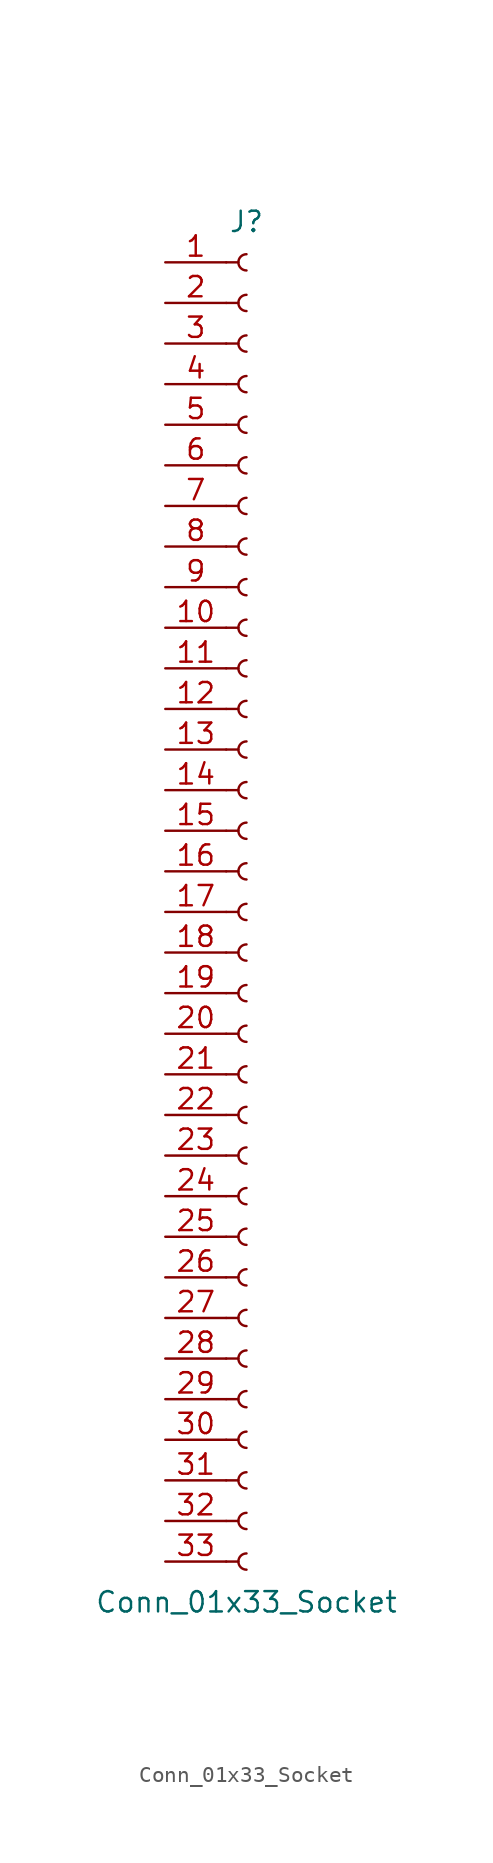
<source format=kicad_sym>
(kicad_symbol_lib
  (version 20220914)
  (generator kicad_symbol_editor)
  (symbol "Conn_01x33_Socket"
    (pin_names
      (offset 1.016) hide)
    (property "Reference" "J"
      (at 0 43.18 0)
      (effects (font (size 1.27 1.27))))
    (property "Value" "Conn_01x33_Socket"
      (at 0 -43.18 0)
      (effects (font (size 1.27 1.27))))
    (property "ki_locked" ""
      (at 0 0 0)
      (effects (font (size 1.27 1.27))))
    (symbol "Conn_01x33_Socket_1_1"
      (arc (start 0 -40.132) (mid -0.5058 -40.64) (end 0 -41.148) (stroke (width 0.1524) (type default)) (fill (type none)))
      (arc (start 0 -37.592) (mid -0.5058 -38.1) (end 0 -38.608) (stroke (width 0.1524) (type default)) (fill (type none)))
      (arc (start 0 -35.052) (mid -0.5058 -35.56) (end 0 -36.068) (stroke (width 0.1524) (type default)) (fill (type none)))
      (arc (start 0 -32.512) (mid -0.5058 -33.02) (end 0 -33.528) (stroke (width 0.1524) (type default)) (fill (type none)))
      (arc (start 0 -29.972) (mid -0.5058 -30.48) (end 0 -30.988) (stroke (width 0.1524) (type default)) (fill (type none)))
      (arc (start 0 -27.432) (mid -0.5058 -27.94) (end 0 -28.448) (stroke (width 0.1524) (type default)) (fill (type none)))
      (arc (start 0 -24.892) (mid -0.5058 -25.4) (end 0 -25.908) (stroke (width 0.1524) (type default)) (fill (type none)))
      (arc (start 0 -22.352) (mid -0.5058 -22.86) (end 0 -23.368) (stroke (width 0.1524) (type default)) (fill (type none)))
      (arc (start 0 -19.812) (mid -0.5058 -20.32) (end 0 -20.828) (stroke (width 0.1524) (type default)) (fill (type none)))
      (arc (start 0 -17.272) (mid -0.5058 -17.78) (end 0 -18.288) (stroke (width 0.1524) (type default)) (fill (type none)))
      (arc (start 0 -14.732) (mid -0.5058 -15.24) (end 0 -15.748) (stroke (width 0.1524) (type default)) (fill (type none)))
      (arc (start 0 -12.192) (mid -0.5058 -12.7) (end 0 -13.208) (stroke (width 0.1524) (type default)) (fill (type none)))
      (arc (start 0 -9.652) (mid -0.5058 -10.16) (end 0 -10.668) (stroke (width 0.1524) (type default)) (fill (type none)))
      (arc (start 0 -7.112) (mid -0.5058 -7.62) (end 0 -8.128) (stroke (width 0.1524) (type default)) (fill (type none)))
      (arc (start 0 -4.572) (mid -0.5058 -5.08) (end 0 -5.588) (stroke (width 0.1524) (type default)) (fill (type none)))
      (arc (start 0 -2.032) (mid -0.5058 -2.54) (end 0 -3.048) (stroke (width 0.1524) (type default)) (fill (type none)))
      (polyline (pts (xy -1.27 -40.64) (xy -0.508 -40.64)) (stroke (width 0.152) (type default)) (fill (type none)))
      (polyline (pts (xy -1.27 -38.1) (xy -0.508 -38.1)) (stroke (width 0.152) (type default)) (fill (type none)))
      (polyline (pts (xy -1.27 -35.56) (xy -0.508 -35.56)) (stroke (width 0.152) (type default)) (fill (type none)))
      (polyline (pts (xy -1.27 -33.02) (xy -0.508 -33.02)) (stroke (width 0.152) (type default)) (fill (type none)))
      (polyline (pts (xy -1.27 -30.48) (xy -0.508 -30.48)) (stroke (width 0.152) (type default)) (fill (type none)))
      (polyline (pts (xy -1.27 -27.94) (xy -0.508 -27.94)) (stroke (width 0.152) (type default)) (fill (type none)))
      (polyline (pts (xy -1.27 -25.4) (xy -0.508 -25.4)) (stroke (width 0.152) (type default)) (fill (type none)))
      (polyline (pts (xy -1.27 -22.86) (xy -0.508 -22.86)) (stroke (width 0.152) (type default)) (fill (type none)))
      (polyline (pts (xy -1.27 -20.32) (xy -0.508 -20.32)) (stroke (width 0.152) (type default)) (fill (type none)))
      (polyline (pts (xy -1.27 -17.78) (xy -0.508 -17.78)) (stroke (width 0.152) (type default)) (fill (type none)))
      (polyline (pts (xy -1.27 -15.24) (xy -0.508 -15.24)) (stroke (width 0.152) (type default)) (fill (type none)))
      (polyline (pts (xy -1.27 -12.7) (xy -0.508 -12.7)) (stroke (width 0.152) (type default)) (fill (type none)))
      (polyline (pts (xy -1.27 -10.16) (xy -0.508 -10.16)) (stroke (width 0.152) (type default)) (fill (type none)))
      (polyline (pts (xy -1.27 -7.62) (xy -0.508 -7.62)) (stroke (width 0.152) (type default)) (fill (type none)))
      (polyline (pts (xy -1.27 -5.08) (xy -0.508 -5.08)) (stroke (width 0.152) (type default)) (fill (type none)))
      (polyline (pts (xy -1.27 -2.54) (xy -0.508 -2.54)) (stroke (width 0.152) (type default)) (fill (type none)))
      (polyline (pts (xy -1.27 0) (xy -0.508 0)) (stroke (width 0.152) (type default)) (fill (type none)))
      (polyline (pts (xy -1.27 2.54) (xy -0.508 2.54)) (stroke (width 0.152) (type default)) (fill (type none)))
      (polyline (pts (xy -1.27 5.08) (xy -0.508 5.08)) (stroke (width 0.152) (type default)) (fill (type none)))
      (polyline (pts (xy -1.27 7.62) (xy -0.508 7.62)) (stroke (width 0.152) (type default)) (fill (type none)))
      (polyline (pts (xy -1.27 10.16) (xy -0.508 10.16)) (stroke (width 0.152) (type default)) (fill (type none)))
      (polyline (pts (xy -1.27 12.7) (xy -0.508 12.7)) (stroke (width 0.152) (type default)) (fill (type none)))
      (polyline (pts (xy -1.27 15.24) (xy -0.508 15.24)) (stroke (width 0.152) (type default)) (fill (type none)))
      (polyline (pts (xy -1.27 17.78) (xy -0.508 17.78)) (stroke (width 0.152) (type default)) (fill (type none)))
      (polyline (pts (xy -1.27 20.32) (xy -0.508 20.32)) (stroke (width 0.152) (type default)) (fill (type none)))
      (polyline (pts (xy -1.27 22.86) (xy -0.508 22.86)) (stroke (width 0.152) (type default)) (fill (type none)))
      (polyline (pts (xy -1.27 25.4) (xy -0.508 25.4)) (stroke (width 0.152) (type default)) (fill (type none)))
      (polyline (pts (xy -1.27 27.94) (xy -0.508 27.94)) (stroke (width 0.152) (type default)) (fill (type none)))
      (polyline (pts (xy -1.27 30.48) (xy -0.508 30.48)) (stroke (width 0.152) (type default)) (fill (type none)))
      (polyline (pts (xy -1.27 33.02) (xy -0.508 33.02)) (stroke (width 0.152) (type default)) (fill (type none)))
      (polyline (pts (xy -1.27 35.56) (xy -0.508 35.56)) (stroke (width 0.152) (type default)) (fill (type none)))
      (polyline (pts (xy -1.27 38.1) (xy -0.508 38.1)) (stroke (width 0.152) (type default)) (fill (type none)))
      (polyline (pts (xy -1.27 40.64) (xy -0.508 40.64)) (stroke (width 0.152) (type default)) (fill (type none)))
      (arc (start 0 0.508) (mid -0.5058 0) (end 0 -0.508) (stroke (width 0.1524) (type default)) (fill (type none)))
      (arc (start 0 3.048) (mid -0.5058 2.54) (end 0 2.032) (stroke (width 0.1524) (type default)) (fill (type none)))
      (arc (start 0 5.588) (mid -0.5058 5.08) (end 0 4.572) (stroke (width 0.1524) (type default)) (fill (type none)))
      (arc (start 0 8.128) (mid -0.5058 7.62) (end 0 7.112) (stroke (width 0.1524) (type default)) (fill (type none)))
      (arc (start 0 10.668) (mid -0.5058 10.16) (end 0 9.652) (stroke (width 0.1524) (type default)) (fill (type none)))
      (arc (start 0 13.208) (mid -0.5058 12.7) (end 0 12.192) (stroke (width 0.1524) (type default)) (fill (type none)))
      (arc (start 0 15.748) (mid -0.5058 15.24) (end 0 14.732) (stroke (width 0.1524) (type default)) (fill (type none)))
      (arc (start 0 18.288) (mid -0.5058 17.78) (end 0 17.272) (stroke (width 0.1524) (type default)) (fill (type none)))
      (arc (start 0 20.828) (mid -0.5058 20.32) (end 0 19.812) (stroke (width 0.1524) (type default)) (fill (type none)))
      (arc (start 0 23.368) (mid -0.5058 22.86) (end 0 22.352) (stroke (width 0.1524) (type default)) (fill (type none)))
      (arc (start 0 25.908) (mid -0.5058 25.4) (end 0 24.892) (stroke (width 0.1524) (type default)) (fill (type none)))
      (arc (start 0 28.448) (mid -0.5058 27.94) (end 0 27.432) (stroke (width 0.1524) (type default)) (fill (type none)))
      (arc (start 0 30.988) (mid -0.5058 30.48) (end 0 29.972) (stroke (width 0.1524) (type default)) (fill (type none)))
      (arc (start 0 33.528) (mid -0.5058 33.02) (end 0 32.512) (stroke (width 0.1524) (type default)) (fill (type none)))
      (arc (start 0 36.068) (mid -0.5058 35.56) (end 0 35.052) (stroke (width 0.1524) (type default)) (fill (type none)))
      (arc (start 0 38.608) (mid -0.5058 38.1) (end 0 37.592) (stroke (width 0.1524) (type default)) (fill (type none)))
      (arc (start 0 41.148) (mid -0.5058 40.64) (end 0 40.132) (stroke (width 0.1524) (type default)) (fill (type none)))
      (pin passive line (at -5.08 40.64 0) (length 3.81) (name "Pin_1" (effects (font (size 1.27 1.27)))) (number "1" (effects (font (size 1.27 1.27)))))
      (pin passive line (at -5.08 17.78 0) (length 3.81) (name "Pin_10" (effects (font (size 1.27 1.27)))) (number "10" (effects (font (size 1.27 1.27)))))
      (pin passive line (at -5.08 15.24 0) (length 3.81) (name "Pin_11" (effects (font (size 1.27 1.27)))) (number "11" (effects (font (size 1.27 1.27)))))
      (pin passive line (at -5.08 12.7 0) (length 3.81) (name "Pin_12" (effects (font (size 1.27 1.27)))) (number "12" (effects (font (size 1.27 1.27)))))
      (pin passive line (at -5.08 10.16 0) (length 3.81) (name "Pin_13" (effects (font (size 1.27 1.27)))) (number "13" (effects (font (size 1.27 1.27)))))
      (pin passive line (at -5.08 7.62 0) (length 3.81) (name "Pin_14" (effects (font (size 1.27 1.27)))) (number "14" (effects (font (size 1.27 1.27)))))
      (pin passive line (at -5.08 5.08 0) (length 3.81) (name "Pin_15" (effects (font (size 1.27 1.27)))) (number "15" (effects (font (size 1.27 1.27)))))
      (pin passive line (at -5.08 2.54 0) (length 3.81) (name "Pin_16" (effects (font (size 1.27 1.27)))) (number "16" (effects (font (size 1.27 1.27)))))
      (pin passive line (at -5.08 0 0) (length 3.81) (name "Pin_17" (effects (font (size 1.27 1.27)))) (number "17" (effects (font (size 1.27 1.27)))))
      (pin passive line (at -5.08 -2.54 0) (length 3.81) (name "Pin_18" (effects (font (size 1.27 1.27)))) (number "18" (effects (font (size 1.27 1.27)))))
      (pin passive line (at -5.08 -5.08 0) (length 3.81) (name "Pin_19" (effects (font (size 1.27 1.27)))) (number "19" (effects (font (size 1.27 1.27)))))
      (pin passive line (at -5.08 38.1 0) (length 3.81) (name "Pin_2" (effects (font (size 1.27 1.27)))) (number "2" (effects (font (size 1.27 1.27)))))
      (pin passive line (at -5.08 -7.62 0) (length 3.81) (name "Pin_20" (effects (font (size 1.27 1.27)))) (number "20" (effects (font (size 1.27 1.27)))))
      (pin passive line (at -5.08 -10.16 0) (length 3.81) (name "Pin_21" (effects (font (size 1.27 1.27)))) (number "21" (effects (font (size 1.27 1.27)))))
      (pin passive line (at -5.08 -12.7 0) (length 3.81) (name "Pin_22" (effects (font (size 1.27 1.27)))) (number "22" (effects (font (size 1.27 1.27)))))
      (pin passive line (at -5.08 -15.24 0) (length 3.81) (name "Pin_23" (effects (font (size 1.27 1.27)))) (number "23" (effects (font (size 1.27 1.27)))))
      (pin passive line (at -5.08 -17.78 0) (length 3.81) (name "Pin_24" (effects (font (size 1.27 1.27)))) (number "24" (effects (font (size 1.27 1.27)))))
      (pin passive line (at -5.08 -20.32 0) (length 3.81) (name "Pin_25" (effects (font (size 1.27 1.27)))) (number "25" (effects (font (size 1.27 1.27)))))
      (pin passive line (at -5.08 -22.86 0) (length 3.81) (name "Pin_26" (effects (font (size 1.27 1.27)))) (number "26" (effects (font (size 1.27 1.27)))))
      (pin passive line (at -5.08 -25.4 0) (length 3.81) (name "Pin_27" (effects (font (size 1.27 1.27)))) (number "27" (effects (font (size 1.27 1.27)))))
      (pin passive line (at -5.08 -27.94 0) (length 3.81) (name "Pin_28" (effects (font (size 1.27 1.27)))) (number "28" (effects (font (size 1.27 1.27)))))
      (pin passive line (at -5.08 -30.48 0) (length 3.81) (name "Pin_29" (effects (font (size 1.27 1.27)))) (number "29" (effects (font (size 1.27 1.27)))))
      (pin passive line (at -5.08 35.56 0) (length 3.81) (name "Pin_3" (effects (font (size 1.27 1.27)))) (number "3" (effects (font (size 1.27 1.27)))))
      (pin passive line (at -5.08 -33.02 0) (length 3.81) (name "Pin_30" (effects (font (size 1.27 1.27)))) (number "30" (effects (font (size 1.27 1.27)))))
      (pin passive line (at -5.08 -35.56 0) (length 3.81) (name "Pin_31" (effects (font (size 1.27 1.27)))) (number "31" (effects (font (size 1.27 1.27)))))
      (pin passive line (at -5.08 -38.1 0) (length 3.81) (name "Pin_32" (effects (font (size 1.27 1.27)))) (number "32" (effects (font (size 1.27 1.27)))))
      (pin passive line (at -5.08 -40.64 0) (length 3.81) (name "Pin_33" (effects (font (size 1.27 1.27)))) (number "33" (effects (font (size 1.27 1.27)))))
      (pin passive line (at -5.08 33.02 0) (length 3.81) (name "Pin_4" (effects (font (size 1.27 1.27)))) (number "4" (effects (font (size 1.27 1.27)))))
      (pin passive line (at -5.08 30.48 0) (length 3.81) (name "Pin_5" (effects (font (size 1.27 1.27)))) (number "5" (effects (font (size 1.27 1.27)))))
      (pin passive line (at -5.08 27.94 0) (length 3.81) (name "Pin_6" (effects (font (size 1.27 1.27)))) (number "6" (effects (font (size 1.27 1.27)))))
      (pin passive line (at -5.08 25.4 0) (length 3.81) (name "Pin_7" (effects (font (size 1.27 1.27)))) (number "7" (effects (font (size 1.27 1.27)))))
      (pin passive line (at -5.08 22.86 0) (length 3.81) (name "Pin_8" (effects (font (size 1.27 1.27)))) (number "8" (effects (font (size 1.27 1.27)))))
      (pin passive line (at -5.08 20.32 0) (length 3.81) (name "Pin_9" (effects (font (size 1.27 1.27)))) (number "9" (effects (font (size 1.27 1.27))))))))
</source>
